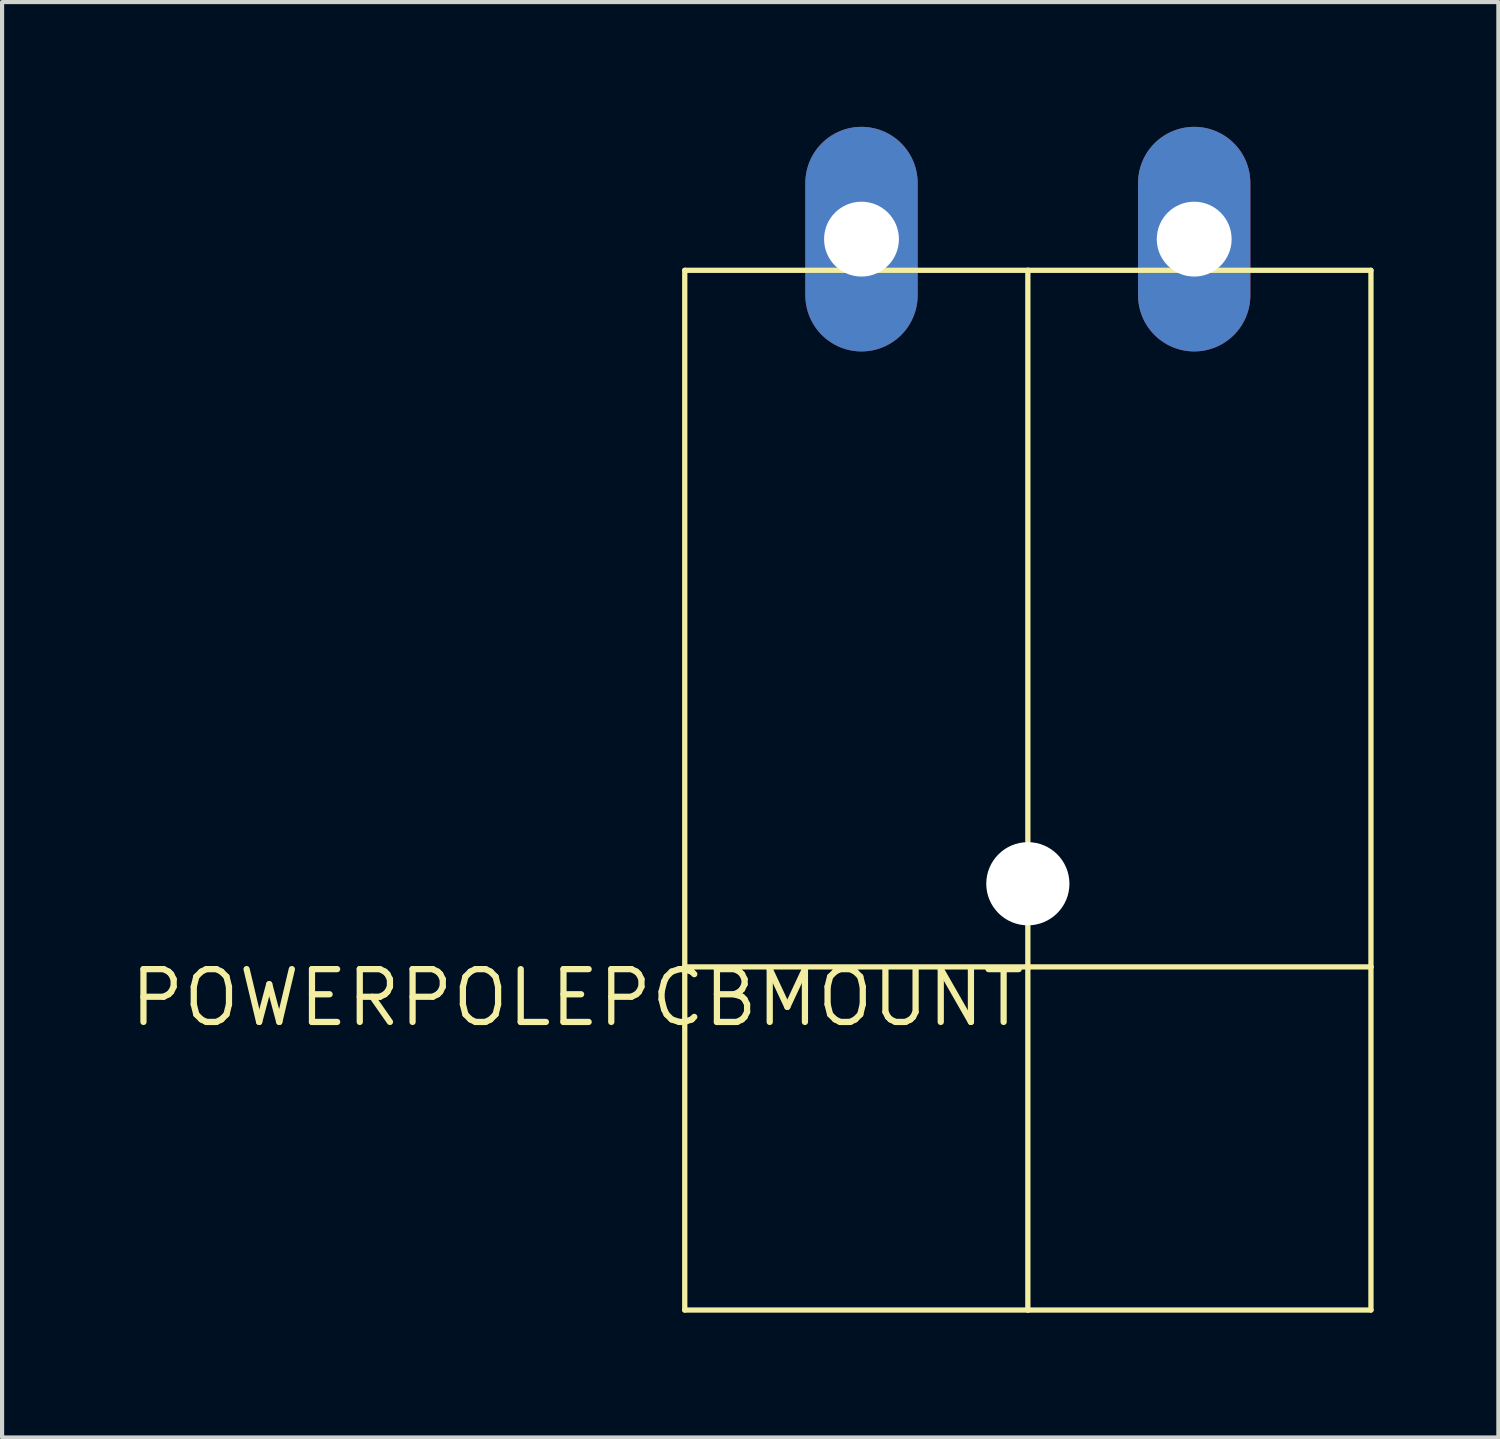
<source format=kicad_pcb>
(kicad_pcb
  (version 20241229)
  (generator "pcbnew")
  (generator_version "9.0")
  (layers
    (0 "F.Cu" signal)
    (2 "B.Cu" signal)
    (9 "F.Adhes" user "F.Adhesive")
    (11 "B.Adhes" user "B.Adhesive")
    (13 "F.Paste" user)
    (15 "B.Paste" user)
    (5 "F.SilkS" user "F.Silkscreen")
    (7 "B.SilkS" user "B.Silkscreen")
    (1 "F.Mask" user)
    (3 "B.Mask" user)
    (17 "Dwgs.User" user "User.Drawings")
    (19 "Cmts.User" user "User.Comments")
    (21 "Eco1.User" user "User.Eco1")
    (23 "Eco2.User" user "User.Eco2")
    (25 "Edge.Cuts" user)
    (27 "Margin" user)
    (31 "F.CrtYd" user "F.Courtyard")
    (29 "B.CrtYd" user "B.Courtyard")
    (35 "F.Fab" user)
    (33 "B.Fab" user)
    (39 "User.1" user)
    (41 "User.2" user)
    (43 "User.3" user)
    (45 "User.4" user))
  (footprint "POWERPOLEPCBMOUNT"
    (layer "F.Cu")
    (at 21.665 20.2)
    (property "Reference" "POWERPOLEPCBMOUNT" (at 0 0 0) (layer "F.SilkS") (effects (font (size 1.27 1.27) (thickness 0.15)) (justify right top)))
    (fp_line (start -8.25 -16.75) (end -8.25 0) (stroke (width 0.127) (type solid)) (layer "F.SilkS"))
    (fp_line (start -8.25 0) (end 0 0) (stroke (width 0.127) (type solid)) (layer "F.SilkS"))
    (fp_line (start -8.25 8.25) (end -8.25 0) (stroke (width 0.127) (type solid)) (layer "F.SilkS"))
    (fp_line (start 0 -16.75) (end -8.25 -16.75) (stroke (width 0.127) (type solid)) (layer "F.SilkS"))
    (fp_line (start 0 0) (end 0 -16.75) (stroke (width 0.127) (type solid)) (layer "F.SilkS"))
    (fp_line (start 0 0) (end 0 8.25) (stroke (width 0.127) (type solid)) (layer "F.SilkS"))
    (fp_line (start 0 0) (end 8.25 0) (stroke (width 0.127) (type solid)) (layer "F.SilkS"))
    (fp_line (start 0 8.25) (end -8.25 8.25) (stroke (width 0.127) (type solid)) (layer "F.SilkS"))
    (fp_line (start 0 8.25) (end 8.25 8.25) (stroke (width 0.127) (type solid)) (layer "F.SilkS"))
    (fp_line (start 8.25 -16.75) (end 0 -16.75) (stroke (width 0.127) (type solid)) (layer "F.SilkS"))
    (fp_line (start 8.25 0) (end 8.25 -16.75) (stroke (width 0.127) (type solid)) (layer "F.SilkS"))
    (fp_line (start 8.25 8.25) (end 8.25 0) (stroke (width 0.127) (type solid)) (layer "F.SilkS"))
    (pad "" np_thru_hole circle (at 0 -2) (size 2 2) (drill 2) (layers "*.Cu" "*.Mask"))
    (pad "P$1" thru_hole oval (at -4 -17.5 90) (size 5.4 2.7) (drill 1.8) (layers "*.Cu" "*.Mask"))
    (pad "P$2" thru_hole oval (at 4 -17.5 90) (size 5.4 2.7) (drill 1.8) (layers "*.Cu" "*.Mask")))
  (gr_rect
    (start -3 -3)
    (end 32.979 31.514)
    (stroke (width 0.1) (type default))
    (fill no)
    (layer "Edge.Cuts")))
</source>
